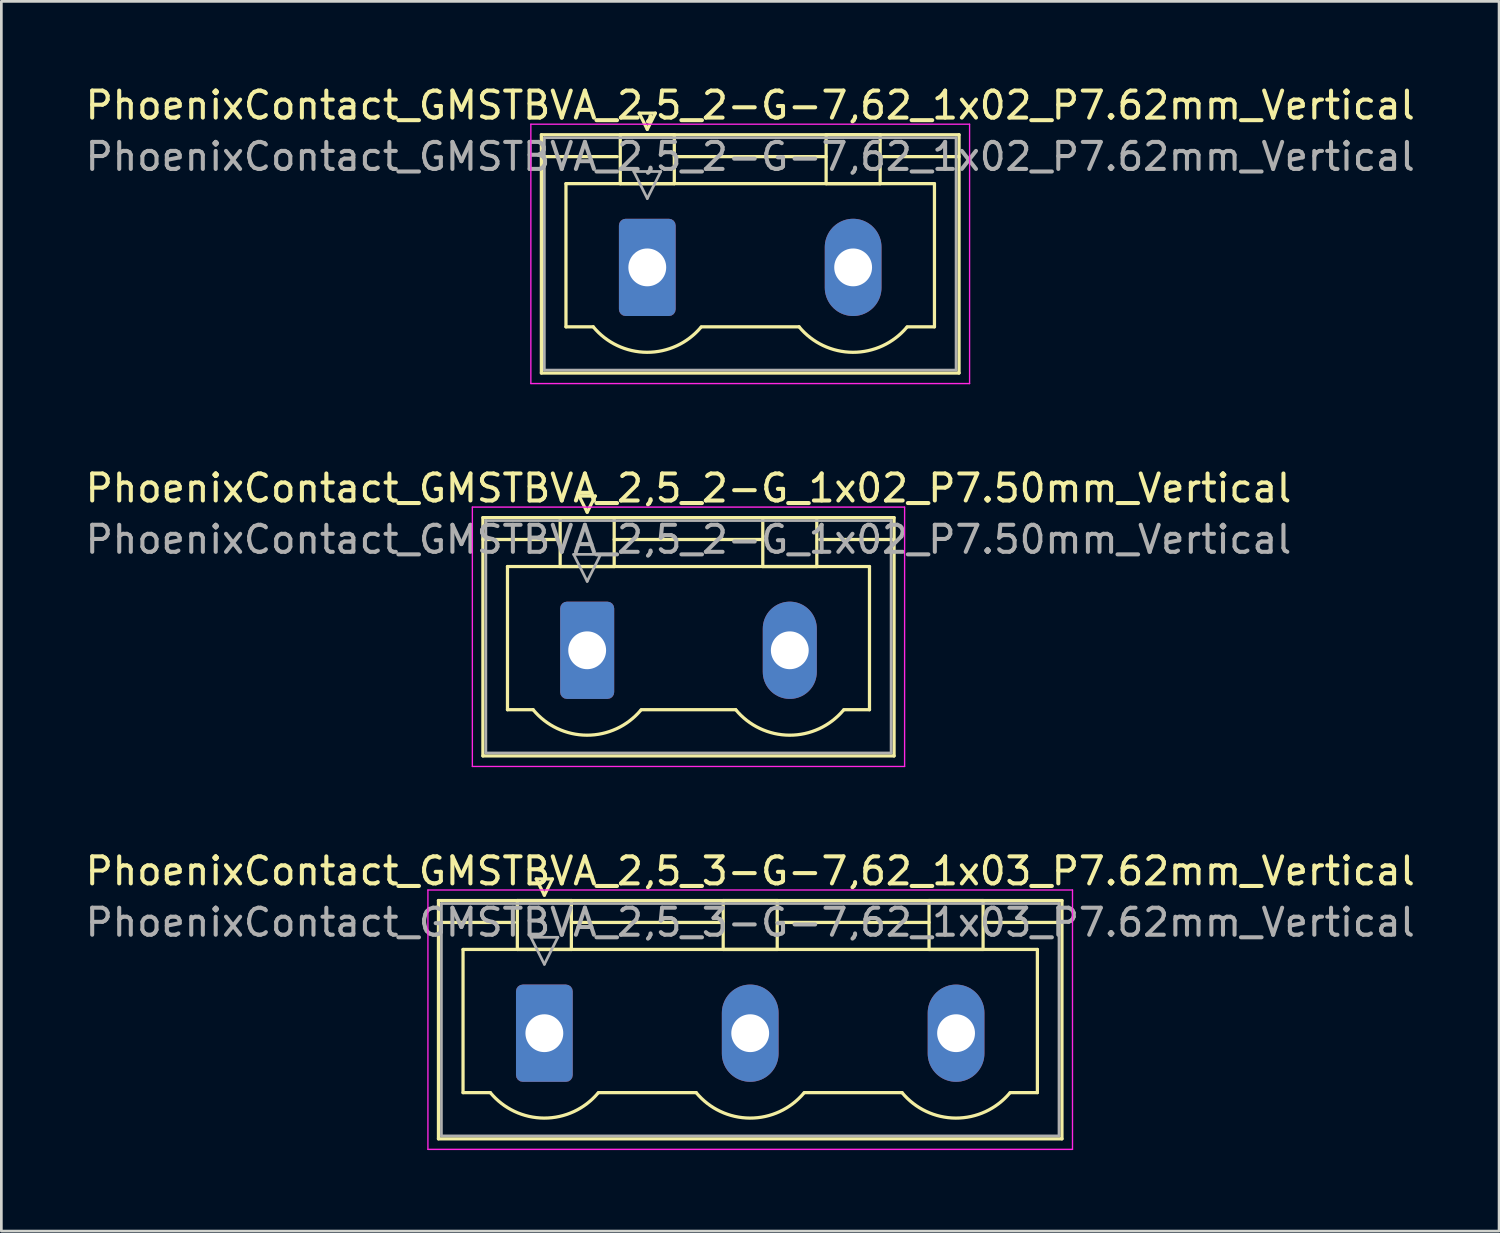
<source format=kicad_pcb>
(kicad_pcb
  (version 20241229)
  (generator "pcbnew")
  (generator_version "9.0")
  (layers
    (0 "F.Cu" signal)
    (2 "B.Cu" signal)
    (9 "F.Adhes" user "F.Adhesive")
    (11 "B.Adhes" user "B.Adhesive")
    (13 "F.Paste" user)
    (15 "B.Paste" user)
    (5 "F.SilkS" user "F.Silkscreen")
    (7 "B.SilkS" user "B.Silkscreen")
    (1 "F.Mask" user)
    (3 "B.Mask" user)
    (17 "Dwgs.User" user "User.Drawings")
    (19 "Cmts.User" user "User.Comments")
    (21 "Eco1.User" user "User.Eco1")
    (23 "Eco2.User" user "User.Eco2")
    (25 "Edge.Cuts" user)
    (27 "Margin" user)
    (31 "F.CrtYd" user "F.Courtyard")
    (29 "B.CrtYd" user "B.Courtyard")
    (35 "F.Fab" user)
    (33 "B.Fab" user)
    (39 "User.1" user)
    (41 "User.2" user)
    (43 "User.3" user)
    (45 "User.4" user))
  (footprint "PhoenixContact_GMSTBVA_2,5_2-G_1x02_P7.50mm_Vertical"
    (layer "F.Cu")
    (at 18.685 21.021)
    (property "Reference" "PhoenixContact_GMSTBVA_2,5_2-G_1x02_P7.50mm_Vertical" (at 3.75 -6 0) (layer "F.SilkS") (effects (font (size 1 1) (thickness 0.15))))
    (attr through_hole)
    (fp_line (start -3.86 -4.91) (end -3.86 3.91) (stroke (width 0.12) (type solid)) (layer "F.SilkS"))
    (fp_line (start -3.86 -4.1) (end -1.11 -4.1) (stroke (width 0.12) (type solid)) (layer "F.SilkS"))
    (fp_line (start -3.86 3.91) (end 11.36 3.91) (stroke (width 0.12) (type solid)) (layer "F.SilkS"))
    (fp_line (start -2.95 -3.1) (end 10.45 -3.1) (stroke (width 0.12) (type solid)) (layer "F.SilkS"))
    (fp_line (start -2.95 2.2) (end -2.95 -3.1) (stroke (width 0.12) (type solid)) (layer "F.SilkS"))
    (fp_line (start -2 2.2) (end -2.95 2.2) (stroke (width 0.12) (type solid)) (layer "F.SilkS"))
    (fp_line (start -1 -4.91) (end 1 -4.91) (stroke (width 0.12) (type solid)) (layer "F.SilkS"))
    (fp_line (start -1 -3.1) (end -1 -4.91) (stroke (width 0.12) (type solid)) (layer "F.SilkS"))
    (fp_line (start -0.3 -5.71) (end 0.3 -5.71) (stroke (width 0.12) (type solid)) (layer "F.SilkS"))
    (fp_line (start 0 -5.11) (end -0.3 -5.71) (stroke (width 0.12) (type solid)) (layer "F.SilkS"))
    (fp_line (start 0.3 -5.71) (end 0 -5.11) (stroke (width 0.12) (type solid)) (layer "F.SilkS"))
    (fp_line (start 1 -4.91) (end 1 -3.1) (stroke (width 0.12) (type solid)) (layer "F.SilkS"))
    (fp_line (start 1 -4.1) (end 6.5 -4.1) (stroke (width 0.12) (type solid)) (layer "F.SilkS"))
    (fp_line (start 1 -3.1) (end -1 -3.1) (stroke (width 0.12) (type solid)) (layer "F.SilkS"))
    (fp_line (start 2 2.2) (end 5.5 2.2) (stroke (width 0.12) (type solid)) (layer "F.SilkS"))
    (fp_line (start 6.5 -4.91) (end 8.5 -4.91) (stroke (width 0.12) (type solid)) (layer "F.SilkS"))
    (fp_line (start 6.5 -3.1) (end 6.5 -4.91) (stroke (width 0.12) (type solid)) (layer "F.SilkS"))
    (fp_line (start 8.5 -4.91) (end 8.5 -3.1) (stroke (width 0.12) (type solid)) (layer "F.SilkS"))
    (fp_line (start 8.5 -3.1) (end 6.5 -3.1) (stroke (width 0.12) (type solid)) (layer "F.SilkS"))
    (fp_line (start 10.45 -3.1) (end 10.45 2.2) (stroke (width 0.12) (type solid)) (layer "F.SilkS"))
    (fp_line (start 10.45 2.2) (end 9.5 2.2) (stroke (width 0.12) (type solid)) (layer "F.SilkS"))
    (fp_line (start 11.36 -4.91) (end -3.86 -4.91) (stroke (width 0.12) (type solid)) (layer "F.SilkS"))
    (fp_line (start 11.36 -4.1) (end 8.61 -4.1) (stroke (width 0.12) (type solid)) (layer "F.SilkS"))
    (fp_line (start 11.36 3.91) (end 11.36 -4.91) (stroke (width 0.12) (type solid)) (layer "F.SilkS"))
    (fp_arc (start 1.986842 2.215821) (mid -0.010289 3.142758) (end -2 2.2) (stroke (width 0.12) (type solid)) (layer "F.SilkS"))
    (fp_arc (start 9.486842 2.215821) (mid 7.489711 3.142758) (end 5.5 2.2) (stroke (width 0.12) (type solid)) (layer "F.SilkS"))
    (fp_line (start -4.25 -5.3) (end -4.25 4.3) (stroke (width 0.05) (type solid)) (layer "F.CrtYd"))
    (fp_line (start -4.25 4.3) (end 11.75 4.3) (stroke (width 0.05) (type solid)) (layer "F.CrtYd"))
    (fp_line (start 11.75 -5.3) (end -4.25 -5.3) (stroke (width 0.05) (type solid)) (layer "F.CrtYd"))
    (fp_line (start 11.75 4.3) (end 11.75 -5.3) (stroke (width 0.05) (type solid)) (layer "F.CrtYd"))
    (fp_line (start -3.75 -4.8) (end -3.75 3.8) (stroke (width 0.1) (type solid)) (layer "F.Fab"))
    (fp_line (start -3.75 3.8) (end 11.25 3.8) (stroke (width 0.1) (type solid)) (layer "F.Fab"))
    (fp_line (start -0.5 -3.55) (end 0.5 -3.55) (stroke (width 0.1) (type solid)) (layer "F.Fab"))
    (fp_line (start 0 -2.55) (end -0.5 -3.55) (stroke (width 0.1) (type solid)) (layer "F.Fab"))
    (fp_line (start 0.5 -3.55) (end 0 -2.55) (stroke (width 0.1) (type solid)) (layer "F.Fab"))
    (fp_line (start 11.25 -4.8) (end -3.75 -4.8) (stroke (width 0.1) (type solid)) (layer "F.Fab"))
    (fp_line (start 11.25 3.8) (end 11.25 -4.8) (stroke (width 0.1) (type solid)) (layer "F.Fab"))
    (fp_text user "${REFERENCE}" (at 3.75 -4.1 0) (layer "F.Fab") (effects (font (size 1 1) (thickness 0.15))))
    (pad "1" thru_hole roundrect (at 0 0) (size 2 3.6) (drill 1.4) (layers "*.Cu" "*.Mask") (roundrect_rratio 0.125))
    (pad "2" thru_hole oval (at 7.5 0) (size 2 3.6) (drill 1.4) (layers "*.Cu" "*.Mask")))
  (footprint "PhoenixContact_GMSTBVA_2,5_2-G-7,62_1x02_P7.62mm_Vertical"
    (layer "F.Cu")
    (at 20.91 6.848)
    (property "Reference" "PhoenixContact_GMSTBVA_2,5_2-G-7,62_1x02_P7.62mm_Vertical" (at 3.81 -6 0) (layer "F.SilkS") (effects (font (size 1 1) (thickness 0.15))))
    (attr through_hole)
    (fp_line (start -3.92 -4.91) (end -3.92 3.91) (stroke (width 0.12) (type solid)) (layer "F.SilkS"))
    (fp_line (start -3.92 -4.1) (end -1.11 -4.1) (stroke (width 0.12) (type solid)) (layer "F.SilkS"))
    (fp_line (start -3.92 3.91) (end 11.54 3.91) (stroke (width 0.12) (type solid)) (layer "F.SilkS"))
    (fp_line (start -3.01 -3.1) (end 10.63 -3.1) (stroke (width 0.12) (type solid)) (layer "F.SilkS"))
    (fp_line (start -3.01 2.2) (end -3.01 -3.1) (stroke (width 0.12) (type solid)) (layer "F.SilkS"))
    (fp_line (start -2 2.2) (end -3.01 2.2) (stroke (width 0.12) (type solid)) (layer "F.SilkS"))
    (fp_line (start -1 -4.91) (end 1 -4.91) (stroke (width 0.12) (type solid)) (layer "F.SilkS"))
    (fp_line (start -1 -3.1) (end -1 -4.91) (stroke (width 0.12) (type solid)) (layer "F.SilkS"))
    (fp_line (start -0.3 -5.71) (end 0.3 -5.71) (stroke (width 0.12) (type solid)) (layer "F.SilkS"))
    (fp_line (start 0 -5.11) (end -0.3 -5.71) (stroke (width 0.12) (type solid)) (layer "F.SilkS"))
    (fp_line (start 0.3 -5.71) (end 0 -5.11) (stroke (width 0.12) (type solid)) (layer "F.SilkS"))
    (fp_line (start 1 -4.91) (end 1 -3.1) (stroke (width 0.12) (type solid)) (layer "F.SilkS"))
    (fp_line (start 1 -4.1) (end 6.62 -4.1) (stroke (width 0.12) (type solid)) (layer "F.SilkS"))
    (fp_line (start 1 -3.1) (end -1 -3.1) (stroke (width 0.12) (type solid)) (layer "F.SilkS"))
    (fp_line (start 2 2.2) (end 5.62 2.2) (stroke (width 0.12) (type solid)) (layer "F.SilkS"))
    (fp_line (start 6.62 -4.91) (end 8.62 -4.91) (stroke (width 0.12) (type solid)) (layer "F.SilkS"))
    (fp_line (start 6.62 -3.1) (end 6.62 -4.91) (stroke (width 0.12) (type solid)) (layer "F.SilkS"))
    (fp_line (start 8.62 -4.91) (end 8.62 -3.1) (stroke (width 0.12) (type solid)) (layer "F.SilkS"))
    (fp_line (start 8.62 -3.1) (end 6.62 -3.1) (stroke (width 0.12) (type solid)) (layer "F.SilkS"))
    (fp_line (start 10.63 -3.1) (end 10.63 2.2) (stroke (width 0.12) (type solid)) (layer "F.SilkS"))
    (fp_line (start 10.63 2.2) (end 9.62 2.2) (stroke (width 0.12) (type solid)) (layer "F.SilkS"))
    (fp_line (start 11.54 -4.91) (end -3.92 -4.91) (stroke (width 0.12) (type solid)) (layer "F.SilkS"))
    (fp_line (start 11.54 -4.1) (end 8.73 -4.1) (stroke (width 0.12) (type solid)) (layer "F.SilkS"))
    (fp_line (start 11.54 3.91) (end 11.54 -4.91) (stroke (width 0.12) (type solid)) (layer "F.SilkS"))
    (fp_arc (start 1.986842 2.215821) (mid -0.010289 3.142758) (end -2 2.2) (stroke (width 0.12) (type solid)) (layer "F.SilkS"))
    (fp_arc (start 9.606842 2.215821) (mid 7.609711 3.142758) (end 5.62 2.2) (stroke (width 0.12) (type solid)) (layer "F.SilkS"))
    (fp_line (start -4.31 -5.3) (end -4.31 4.3) (stroke (width 0.05) (type solid)) (layer "F.CrtYd"))
    (fp_line (start -4.31 4.3) (end 11.93 4.3) (stroke (width 0.05) (type solid)) (layer "F.CrtYd"))
    (fp_line (start 11.93 -5.3) (end -4.31 -5.3) (stroke (width 0.05) (type solid)) (layer "F.CrtYd"))
    (fp_line (start 11.93 4.3) (end 11.93 -5.3) (stroke (width 0.05) (type solid)) (layer "F.CrtYd"))
    (fp_line (start -3.81 -4.8) (end -3.81 3.8) (stroke (width 0.1) (type solid)) (layer "F.Fab"))
    (fp_line (start -3.81 3.8) (end 11.43 3.8) (stroke (width 0.1) (type solid)) (layer "F.Fab"))
    (fp_line (start -0.5 -3.55) (end 0.5 -3.55) (stroke (width 0.1) (type solid)) (layer "F.Fab"))
    (fp_line (start 0 -2.55) (end -0.5 -3.55) (stroke (width 0.1) (type solid)) (layer "F.Fab"))
    (fp_line (start 0.5 -3.55) (end 0 -2.55) (stroke (width 0.1) (type solid)) (layer "F.Fab"))
    (fp_line (start 11.43 -4.8) (end -3.81 -4.8) (stroke (width 0.1) (type solid)) (layer "F.Fab"))
    (fp_line (start 11.43 3.8) (end 11.43 -4.8) (stroke (width 0.1) (type solid)) (layer "F.Fab"))
    (fp_text user "${REFERENCE}" (at 3.81 -4.1 0) (layer "F.Fab") (effects (font (size 1 1) (thickness 0.15))))
    (pad "1" thru_hole roundrect (at 0 0) (size 2.1 3.6) (drill 1.4) (layers "*.Cu" "*.Mask") (roundrect_rratio 0.119))
    (pad "2" thru_hole oval (at 7.62 0) (size 2.1 3.6) (drill 1.4) (layers "*.Cu" "*.Mask")))
  (footprint "PhoenixContact_GMSTBVA_2,5_3-G-7,62_1x03_P7.62mm_Vertical"
    (layer "F.Cu")
    (at 17.1 35.195)
    (property "Reference" "PhoenixContact_GMSTBVA_2,5_3-G-7,62_1x03_P7.62mm_Vertical" (at 7.62 -6 0) (layer "F.SilkS") (effects (font (size 1 1) (thickness 0.15))))
    (attr through_hole)
    (fp_line (start -3.92 -4.91) (end -3.92 3.91) (stroke (width 0.12) (type solid)) (layer "F.SilkS"))
    (fp_line (start -3.92 -4.1) (end -1.11 -4.1) (stroke (width 0.12) (type solid)) (layer "F.SilkS"))
    (fp_line (start -3.92 3.91) (end 19.16 3.91) (stroke (width 0.12) (type solid)) (layer "F.SilkS"))
    (fp_line (start -3.01 -3.1) (end 18.25 -3.1) (stroke (width 0.12) (type solid)) (layer "F.SilkS"))
    (fp_line (start -3.01 2.2) (end -3.01 -3.1) (stroke (width 0.12) (type solid)) (layer "F.SilkS"))
    (fp_line (start -2 2.2) (end -3.01 2.2) (stroke (width 0.12) (type solid)) (layer "F.SilkS"))
    (fp_line (start -1 -4.91) (end 1 -4.91) (stroke (width 0.12) (type solid)) (layer "F.SilkS"))
    (fp_line (start -1 -3.1) (end -1 -4.91) (stroke (width 0.12) (type solid)) (layer "F.SilkS"))
    (fp_line (start -0.3 -5.71) (end 0.3 -5.71) (stroke (width 0.12) (type solid)) (layer "F.SilkS"))
    (fp_line (start 0 -5.11) (end -0.3 -5.71) (stroke (width 0.12) (type solid)) (layer "F.SilkS"))
    (fp_line (start 0.3 -5.71) (end 0 -5.11) (stroke (width 0.12) (type solid)) (layer "F.SilkS"))
    (fp_line (start 1 -4.91) (end 1 -3.1) (stroke (width 0.12) (type solid)) (layer "F.SilkS"))
    (fp_line (start 1 -4.1) (end 6.62 -4.1) (stroke (width 0.12) (type solid)) (layer "F.SilkS"))
    (fp_line (start 1 -3.1) (end -1 -3.1) (stroke (width 0.12) (type solid)) (layer "F.SilkS"))
    (fp_line (start 2 2.2) (end 5.62 2.2) (stroke (width 0.12) (type solid)) (layer "F.SilkS"))
    (fp_line (start 6.62 -4.91) (end 8.62 -4.91) (stroke (width 0.12) (type solid)) (layer "F.SilkS"))
    (fp_line (start 6.62 -3.1) (end 6.62 -4.91) (stroke (width 0.12) (type solid)) (layer "F.SilkS"))
    (fp_line (start 8.62 -4.91) (end 8.62 -3.1) (stroke (width 0.12) (type solid)) (layer "F.SilkS"))
    (fp_line (start 8.62 -4.1) (end 14.24 -4.1) (stroke (width 0.12) (type solid)) (layer "F.SilkS"))
    (fp_line (start 8.62 -3.1) (end 6.62 -3.1) (stroke (width 0.12) (type solid)) (layer "F.SilkS"))
    (fp_line (start 9.62 2.2) (end 13.24 2.2) (stroke (width 0.12) (type solid)) (layer "F.SilkS"))
    (fp_line (start 14.24 -4.91) (end 16.24 -4.91) (stroke (width 0.12) (type solid)) (layer "F.SilkS"))
    (fp_line (start 14.24 -3.1) (end 14.24 -4.91) (stroke (width 0.12) (type solid)) (layer "F.SilkS"))
    (fp_line (start 16.24 -4.91) (end 16.24 -3.1) (stroke (width 0.12) (type solid)) (layer "F.SilkS"))
    (fp_line (start 16.24 -3.1) (end 14.24 -3.1) (stroke (width 0.12) (type solid)) (layer "F.SilkS"))
    (fp_line (start 18.25 -3.1) (end 18.25 2.2) (stroke (width 0.12) (type solid)) (layer "F.SilkS"))
    (fp_line (start 18.25 2.2) (end 17.24 2.2) (stroke (width 0.12) (type solid)) (layer "F.SilkS"))
    (fp_line (start 19.16 -4.91) (end -3.92 -4.91) (stroke (width 0.12) (type solid)) (layer "F.SilkS"))
    (fp_line (start 19.16 -4.1) (end 16.35 -4.1) (stroke (width 0.12) (type solid)) (layer "F.SilkS"))
    (fp_line (start 19.16 3.91) (end 19.16 -4.91) (stroke (width 0.12) (type solid)) (layer "F.SilkS"))
    (fp_arc (start 1.986842 2.215821) (mid -0.010289 3.142758) (end -2 2.2) (stroke (width 0.12) (type solid)) (layer "F.SilkS"))
    (fp_arc (start 9.606842 2.215821) (mid 7.609711 3.142758) (end 5.62 2.2) (stroke (width 0.12) (type solid)) (layer "F.SilkS"))
    (fp_arc (start 17.226842 2.215821) (mid 15.229711 3.142758) (end 13.24 2.2) (stroke (width 0.12) (type solid)) (layer "F.SilkS"))
    (fp_line (start -4.31 -5.3) (end -4.31 4.3) (stroke (width 0.05) (type solid)) (layer "F.CrtYd"))
    (fp_line (start -4.31 4.3) (end 19.55 4.3) (stroke (width 0.05) (type solid)) (layer "F.CrtYd"))
    (fp_line (start 19.55 -5.3) (end -4.31 -5.3) (stroke (width 0.05) (type solid)) (layer "F.CrtYd"))
    (fp_line (start 19.55 4.3) (end 19.55 -5.3) (stroke (width 0.05) (type solid)) (layer "F.CrtYd"))
    (fp_line (start -3.81 -4.8) (end -3.81 3.8) (stroke (width 0.1) (type solid)) (layer "F.Fab"))
    (fp_line (start -3.81 3.8) (end 19.05 3.8) (stroke (width 0.1) (type solid)) (layer "F.Fab"))
    (fp_line (start -0.5 -3.55) (end 0.5 -3.55) (stroke (width 0.1) (type solid)) (layer "F.Fab"))
    (fp_line (start 0 -2.55) (end -0.5 -3.55) (stroke (width 0.1) (type solid)) (layer "F.Fab"))
    (fp_line (start 0.5 -3.55) (end 0 -2.55) (stroke (width 0.1) (type solid)) (layer "F.Fab"))
    (fp_line (start 19.05 -4.8) (end -3.81 -4.8) (stroke (width 0.1) (type solid)) (layer "F.Fab"))
    (fp_line (start 19.05 3.8) (end 19.05 -4.8) (stroke (width 0.1) (type solid)) (layer "F.Fab"))
    (fp_text user "${REFERENCE}" (at 7.62 -4.1 0) (layer "F.Fab") (effects (font (size 1 1) (thickness 0.15))))
    (pad "1" thru_hole roundrect (at 0 0) (size 2.1 3.6) (drill 1.4) (layers "*.Cu" "*.Mask") (roundrect_rratio 0.119))
    (pad "2" thru_hole oval (at 7.62 0) (size 2.1 3.6) (drill 1.4) (layers "*.Cu" "*.Mask"))
    (pad "3" thru_hole oval (at 15.24 0) (size 2.1 3.6) (drill 1.4) (layers "*.Cu" "*.Mask")))
  (gr_rect
    (start -3 -3)
    (end 52.44 42.52)
    (stroke (width 0.1) (type default))
    (fill no)
    (layer "Edge.Cuts")))
</source>
